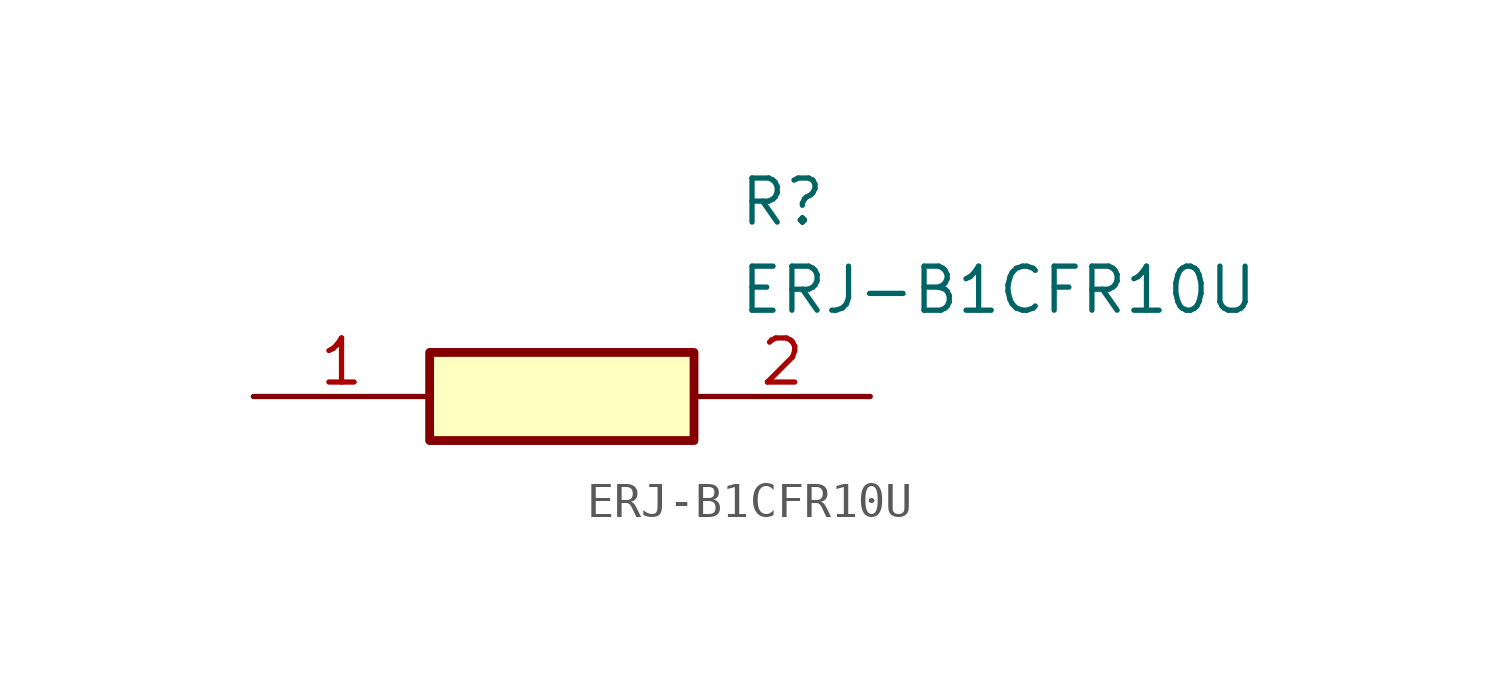
<source format=kicad_sym>
(kicad_symbol_lib
  (version 20211014)
  (generator SamacSys_ECAD_Model)
  (symbol "ERJ-B1CFR10U"
    (pin_names hide)
    (property "Reference" "R"
      (at 13.97 6.35 0)
      (effects (font (size 1.27 1.27)) (justify left top)))
    (property "Value" "ERJ-B1CFR10U"
      (at 13.97 3.81 0)
      (effects (font (size 1.27 1.27)) (justify left top)))
    (rectangle
      (start 5.08 1.27)
      (end 12.7 -1.27)
      (stroke (width 0.254) (type default))
      (fill (type background)))
    (pin passive line
      (at 0 0 0)
      (length 5.08)
      (name "1" (effects (font (size 1.27 1.27))))
      (number "1" (effects (font (size 1.27 1.27)))))
    (pin passive line
      (at 17.78 0 180)
      (length 5.08)
      (name "2" (effects (font (size 1.27 1.27))))
      (number "2" (effects (font (size 1.27 1.27)))))))
</source>
